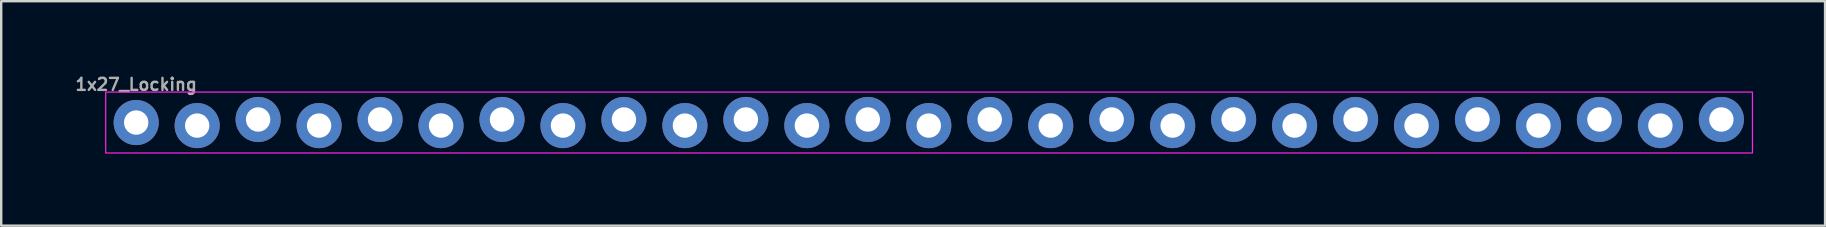
<source format=kicad_pcb>
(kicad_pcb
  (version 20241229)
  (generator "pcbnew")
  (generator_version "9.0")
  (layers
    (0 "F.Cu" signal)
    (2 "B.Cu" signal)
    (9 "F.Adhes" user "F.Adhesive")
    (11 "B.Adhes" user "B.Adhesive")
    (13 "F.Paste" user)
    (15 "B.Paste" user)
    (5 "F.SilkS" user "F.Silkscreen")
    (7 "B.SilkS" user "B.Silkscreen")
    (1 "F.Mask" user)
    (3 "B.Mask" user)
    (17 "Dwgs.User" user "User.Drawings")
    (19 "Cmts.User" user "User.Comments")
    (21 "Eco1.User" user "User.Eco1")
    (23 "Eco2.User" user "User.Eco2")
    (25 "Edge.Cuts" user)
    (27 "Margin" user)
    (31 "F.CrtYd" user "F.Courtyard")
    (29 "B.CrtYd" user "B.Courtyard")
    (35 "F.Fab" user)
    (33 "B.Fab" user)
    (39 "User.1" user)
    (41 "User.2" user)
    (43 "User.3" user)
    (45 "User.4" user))
  (footprint "1x27_Locking"
    (layer "F.Cu")
    (at 2.624 2.055)
    (property "Reference" "1x27_Locking" (at 0 -1.587 0) (layer "F.Fab") (effects (font (size 0.5 0.5) (thickness 0.1))))
    (fp_rect (start -1.27 -1.27) (end 67.335 1.27) (stroke (width 0.05) (type default)) (fill no) (layer "F.CrtYd"))
    (fp_poly (pts (xy -0.254 0.254) (xy 0.254 0.254) (xy 0.254 -0.254) (xy -0.254 -0.254)) (stroke (width 0.1) (type default)) (fill no) (layer "F.Fab"))
    (fp_poly (pts (xy 2.286 0.254) (xy 2.794 0.254) (xy 2.794 -0.254) (xy 2.286 -0.254)) (stroke (width 0.1) (type default)) (fill no) (layer "F.Fab"))
    (fp_poly (pts (xy 4.826 0.254) (xy 5.334 0.254) (xy 5.334 -0.254) (xy 4.826 -0.254)) (stroke (width 0.1) (type default)) (fill no) (layer "F.Fab"))
    (fp_poly (pts (xy 7.366 0.254) (xy 7.874 0.254) (xy 7.874 -0.254) (xy 7.366 -0.254)) (stroke (width 0.1) (type default)) (fill no) (layer "F.Fab"))
    (fp_poly (pts (xy 9.906 0.254) (xy 10.414 0.254) (xy 10.414 -0.254) (xy 9.906 -0.254)) (stroke (width 0.1) (type default)) (fill no) (layer "F.Fab"))
    (fp_poly (pts (xy 12.446 0.254) (xy 12.954 0.254) (xy 12.954 -0.254) (xy 12.446 -0.254)) (stroke (width 0.1) (type default)) (fill no) (layer "F.Fab"))
    (fp_poly (pts (xy 14.986 0.254) (xy 15.494 0.254) (xy 15.494 -0.254) (xy 14.986 -0.254)) (stroke (width 0.1) (type default)) (fill no) (layer "F.Fab"))
    (fp_poly (pts (xy 17.526 0.254) (xy 18.034 0.254) (xy 18.034 -0.254) (xy 17.526 -0.254)) (stroke (width 0.1) (type default)) (fill no) (layer "F.Fab"))
    (fp_poly (pts (xy 20.066 0.254) (xy 20.574 0.254) (xy 20.574 -0.254) (xy 20.066 -0.254)) (stroke (width 0.1) (type default)) (fill no) (layer "F.Fab"))
    (fp_poly (pts (xy 22.606 0.254) (xy 23.114 0.254) (xy 23.114 -0.254) (xy 22.606 -0.254)) (stroke (width 0.1) (type default)) (fill no) (layer "F.Fab"))
    (fp_poly (pts (xy 25.146 0.254) (xy 25.654 0.254) (xy 25.654 -0.254) (xy 25.146 -0.254)) (stroke (width 0.1) (type default)) (fill no) (layer "F.Fab"))
    (fp_poly (pts (xy 27.686 0.254) (xy 28.194 0.254) (xy 28.194 -0.254) (xy 27.686 -0.254)) (stroke (width 0.1) (type default)) (fill no) (layer "F.Fab"))
    (fp_poly (pts (xy 30.226 0.254) (xy 30.734 0.254) (xy 30.734 -0.254) (xy 30.226 -0.254)) (stroke (width 0.1) (type default)) (fill no) (layer "F.Fab"))
    (fp_poly (pts (xy 32.766 0.254) (xy 33.274 0.254) (xy 33.274 -0.254) (xy 32.766 -0.254)) (stroke (width 0.1) (type default)) (fill no) (layer "F.Fab"))
    (fp_poly (pts (xy 35.306 0.254) (xy 35.814 0.254) (xy 35.814 -0.254) (xy 35.306 -0.254)) (stroke (width 0.1) (type default)) (fill no) (layer "F.Fab"))
    (fp_poly (pts (xy 37.846 0.254) (xy 38.354 0.254) (xy 38.354 -0.254) (xy 37.846 -0.254)) (stroke (width 0.1) (type default)) (fill no) (layer "F.Fab"))
    (fp_poly (pts (xy 40.386 0.254) (xy 40.894 0.254) (xy 40.894 -0.254) (xy 40.386 -0.254)) (stroke (width 0.1) (type default)) (fill no) (layer "F.Fab"))
    (fp_poly (pts (xy 42.926 0.254) (xy 43.434 0.254) (xy 43.434 -0.254) (xy 42.926 -0.254)) (stroke (width 0.1) (type default)) (fill no) (layer "F.Fab"))
    (fp_poly (pts (xy 45.466 0.254) (xy 45.974 0.254) (xy 45.974 -0.254) (xy 45.466 -0.254)) (stroke (width 0.1) (type default)) (fill no) (layer "F.Fab"))
    (fp_poly (pts (xy 48.006 0.254) (xy 48.514 0.254) (xy 48.514 -0.254) (xy 48.006 -0.254)) (stroke (width 0.1) (type default)) (fill no) (layer "F.Fab"))
    (fp_poly (pts (xy 50.546 0.254) (xy 51.054 0.254) (xy 51.054 -0.254) (xy 50.546 -0.254)) (stroke (width 0.1) (type default)) (fill no) (layer "F.Fab"))
    (fp_poly (pts (xy 53.086 0.254) (xy 53.594 0.254) (xy 53.594 -0.254) (xy 53.086 -0.254)) (stroke (width 0.1) (type default)) (fill no) (layer "F.Fab"))
    (fp_poly (pts (xy 55.626 0.254) (xy 56.134 0.254) (xy 56.134 -0.254) (xy 55.626 -0.254)) (stroke (width 0.1) (type default)) (fill no) (layer "F.Fab"))
    (fp_poly (pts (xy 58.166 0.254) (xy 58.674 0.254) (xy 58.674 -0.254) (xy 58.166 -0.254)) (stroke (width 0.1) (type default)) (fill no) (layer "F.Fab"))
    (fp_poly (pts (xy 60.706 0.254) (xy 61.214 0.254) (xy 61.214 -0.254) (xy 60.706 -0.254)) (stroke (width 0.1) (type default)) (fill no) (layer "F.Fab"))
    (fp_poly (pts (xy 63.246 0.254) (xy 63.754 0.254) (xy 63.754 -0.254) (xy 63.246 -0.254)) (stroke (width 0.1) (type default)) (fill no) (layer "F.Fab"))
    (fp_poly (pts (xy 65.786 0.254) (xy 66.294 0.254) (xy 66.294 -0.254) (xy 65.786 -0.254)) (stroke (width 0.1) (type default)) (fill no) (layer "F.Fab"))
    (pad "1" thru_hole circle (at 0 0 90) (size 1.88 1.88) (drill 1.016) (layers "*.Cu" "*.Mask") (remove_unused_layers yes) (keep_end_layers yes) (zone_layer_connections))
    (pad "2" thru_hole circle (at 2.54 0.127 90) (size 1.88 1.88) (drill 1.016) (layers "*.Cu" "*.Mask") (remove_unused_layers yes) (keep_end_layers yes) (zone_layer_connections))
    (pad "3" thru_hole circle (at 5.08 -0.127 90) (size 1.88 1.88) (drill 1.016) (layers "*.Cu" "*.Mask") (remove_unused_layers yes) (keep_end_layers yes) (zone_layer_connections))
    (pad "4" thru_hole circle (at 7.62 0.127 90) (size 1.88 1.88) (drill 1.016) (layers "*.Cu" "*.Mask") (remove_unused_layers yes) (keep_end_layers yes) (zone_layer_connections))
    (pad "5" thru_hole circle (at 10.16 -0.127 90) (size 1.88 1.88) (drill 1.016) (layers "*.Cu" "*.Mask") (remove_unused_layers yes) (keep_end_layers yes) (zone_layer_connections))
    (pad "6" thru_hole circle (at 12.7 0.127 90) (size 1.88 1.88) (drill 1.016) (layers "*.Cu" "*.Mask") (remove_unused_layers yes) (keep_end_layers yes) (zone_layer_connections))
    (pad "7" thru_hole circle (at 15.24 -0.127 90) (size 1.88 1.88) (drill 1.016) (layers "*.Cu" "*.Mask") (remove_unused_layers yes) (keep_end_layers yes) (zone_layer_connections))
    (pad "8" thru_hole circle (at 17.78 0.127 90) (size 1.88 1.88) (drill 1.016) (layers "*.Cu" "*.Mask") (remove_unused_layers yes) (keep_end_layers yes) (zone_layer_connections))
    (pad "9" thru_hole circle (at 20.32 -0.127 90) (size 1.88 1.88) (drill 1.016) (layers "*.Cu" "*.Mask") (remove_unused_layers yes) (keep_end_layers yes) (zone_layer_connections))
    (pad "10" thru_hole circle (at 22.86 0.127 90) (size 1.88 1.88) (drill 1.016) (layers "*.Cu" "*.Mask") (remove_unused_layers yes) (keep_end_layers yes) (zone_layer_connections))
    (pad "11" thru_hole circle (at 25.4 -0.127 90) (size 1.88 1.88) (drill 1.016) (layers "*.Cu" "*.Mask") (remove_unused_layers yes) (keep_end_layers yes) (zone_layer_connections))
    (pad "12" thru_hole circle (at 27.94 0.127 90) (size 1.88 1.88) (drill 1.016) (layers "*.Cu" "*.Mask") (remove_unused_layers yes) (keep_end_layers yes) (zone_layer_connections))
    (pad "13" thru_hole circle (at 30.48 -0.127 90) (size 1.88 1.88) (drill 1.016) (layers "*.Cu" "*.Mask") (remove_unused_layers yes) (keep_end_layers yes) (zone_layer_connections))
    (pad "14" thru_hole circle (at 33.02 0.127 90) (size 1.88 1.88) (drill 1.016) (layers "*.Cu" "*.Mask") (remove_unused_layers yes) (keep_end_layers yes) (zone_layer_connections))
    (pad "15" thru_hole circle (at 35.56 -0.127 90) (size 1.88 1.88) (drill 1.016) (layers "*.Cu" "*.Mask") (remove_unused_layers yes) (keep_end_layers yes) (zone_layer_connections))
    (pad "16" thru_hole circle (at 38.1 0.127 90) (size 1.88 1.88) (drill 1.016) (layers "*.Cu" "*.Mask") (remove_unused_layers yes) (keep_end_layers yes) (zone_layer_connections))
    (pad "17" thru_hole circle (at 40.64 -0.127 90) (size 1.88 1.88) (drill 1.016) (layers "*.Cu" "*.Mask") (remove_unused_layers yes) (keep_end_layers yes) (zone_layer_connections))
    (pad "18" thru_hole circle (at 43.18 0.127 90) (size 1.88 1.88) (drill 1.016) (layers "*.Cu" "*.Mask") (remove_unused_layers yes) (keep_end_layers yes) (zone_layer_connections))
    (pad "19" thru_hole circle (at 45.72 -0.127 90) (size 1.88 1.88) (drill 1.016) (layers "*.Cu" "*.Mask") (remove_unused_layers yes) (keep_end_layers yes) (zone_layer_connections))
    (pad "20" thru_hole circle (at 48.26 0.127 90) (size 1.88 1.88) (drill 1.016) (layers "*.Cu" "*.Mask") (remove_unused_layers yes) (keep_end_layers yes) (zone_layer_connections))
    (pad "21" thru_hole circle (at 50.8 -0.127 90) (size 1.88 1.88) (drill 1.016) (layers "*.Cu" "*.Mask") (remove_unused_layers yes) (keep_end_layers yes) (zone_layer_connections))
    (pad "22" thru_hole circle (at 53.34 0.127 90) (size 1.88 1.88) (drill 1.016) (layers "*.Cu" "*.Mask") (remove_unused_layers yes) (keep_end_layers yes) (zone_layer_connections))
    (pad "23" thru_hole circle (at 55.88 -0.127 90) (size 1.88 1.88) (drill 1.016) (layers "*.Cu" "*.Mask") (remove_unused_layers yes) (keep_end_layers yes) (zone_layer_connections))
    (pad "24" thru_hole circle (at 58.42 0.127 90) (size 1.88 1.88) (drill 1.016) (layers "*.Cu" "*.Mask") (remove_unused_layers yes) (keep_end_layers yes) (zone_layer_connections))
    (pad "25" thru_hole circle (at 60.96 -0.127 90) (size 1.88 1.88) (drill 1.016) (layers "*.Cu" "*.Mask") (remove_unused_layers yes) (keep_end_layers yes) (zone_layer_connections))
    (pad "26" thru_hole circle (at 63.5 0.127 90) (size 1.88 1.88) (drill 1.016) (layers "*.Cu" "*.Mask") (remove_unused_layers yes) (keep_end_layers yes) (zone_layer_connections))
    (pad "27" thru_hole circle (at 66.04 -0.127 90) (size 1.88 1.88) (drill 1.016) (layers "*.Cu" "*.Mask") (remove_unused_layers yes) (keep_end_layers yes) (zone_layer_connections)))
  (gr_rect
    (start -3 -3)
    (end 72.984 6.351)
    (stroke (width 0.1) (type default))
    (fill no)
    (layer "Edge.Cuts")))
</source>
